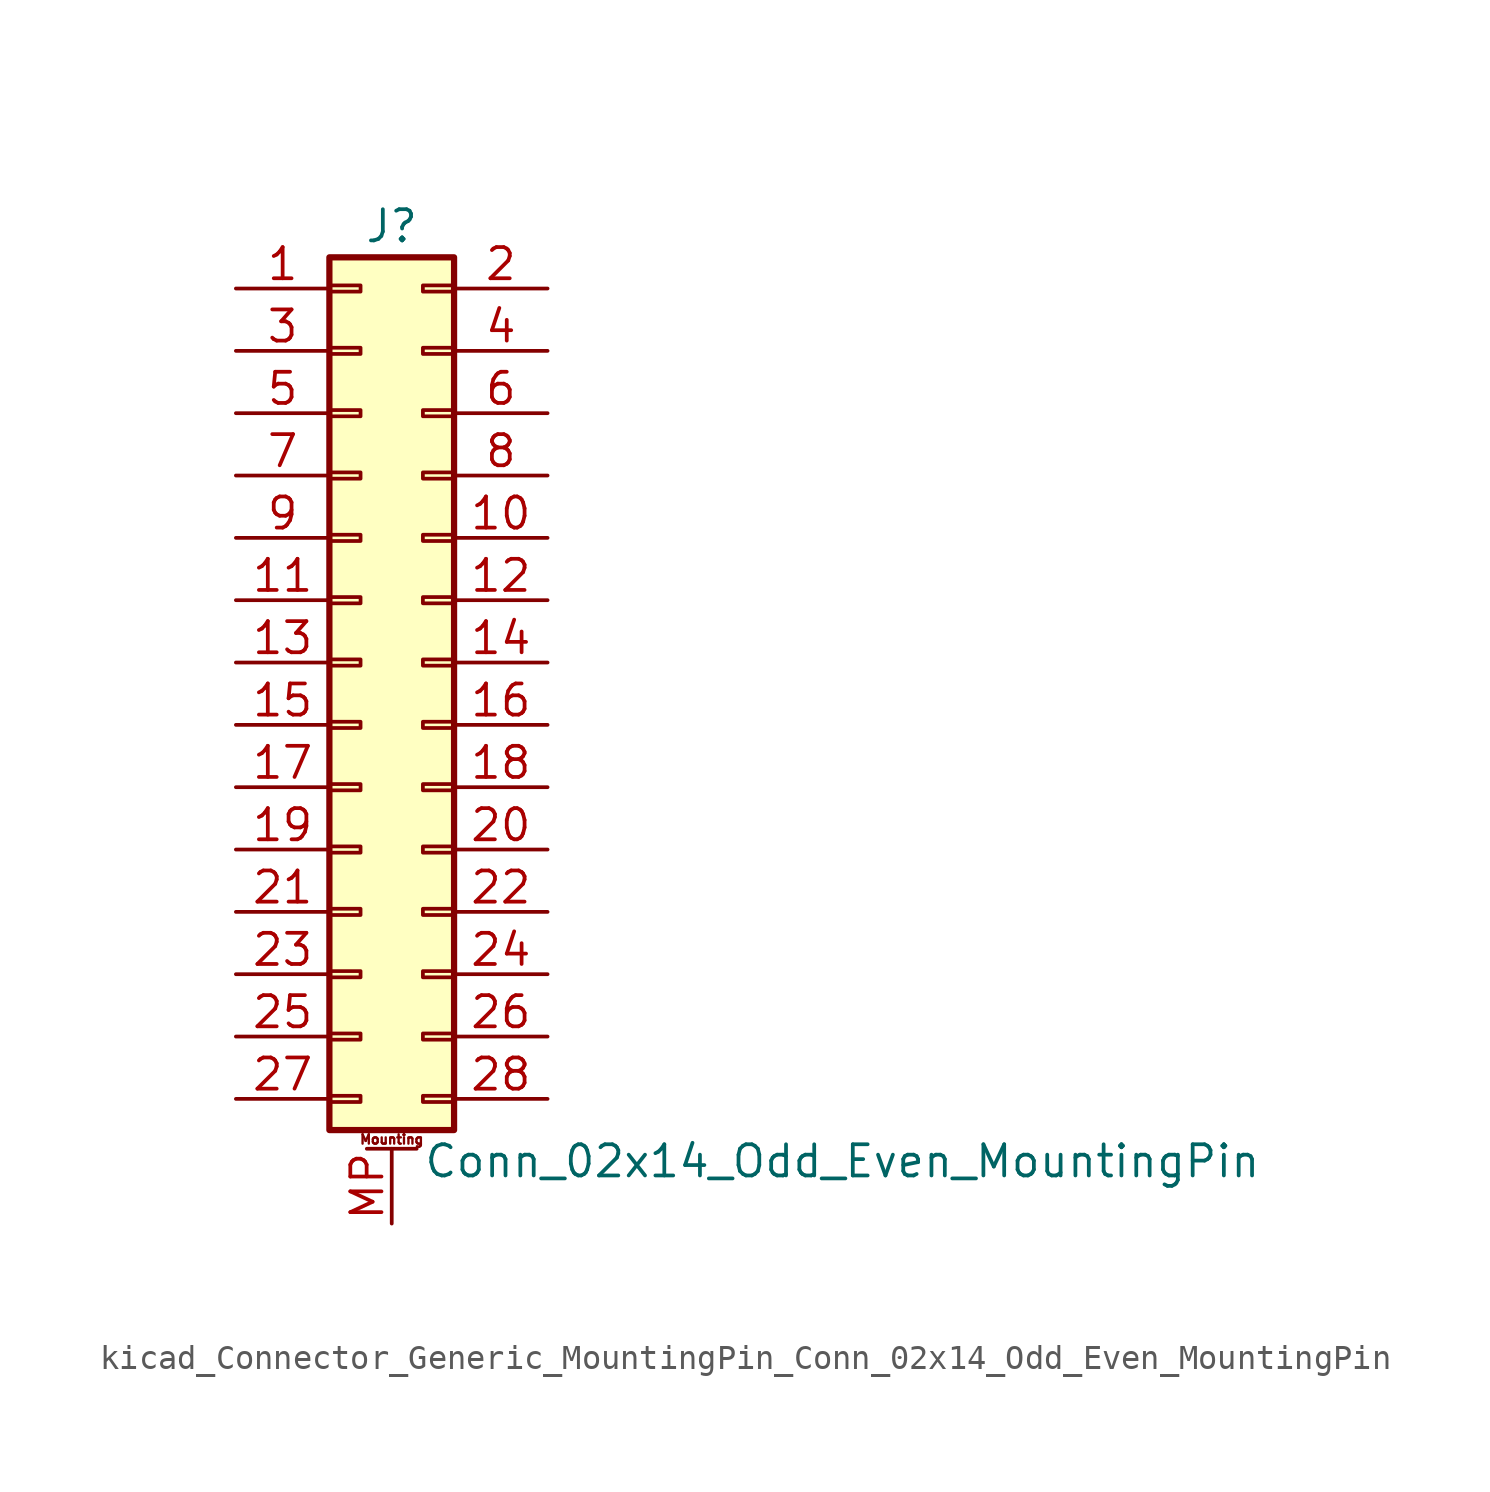
<source format=kicad_sym>
(kicad_symbol_lib
  (version 20220914)
  (generator kicad_symbol_editor)
  (symbol "kicad_Connector_Generic_MountingPin_Conn_02x14_Odd_Even_MountingPin"
    (pin_names
      (offset 1.016) hide)
    (property "Reference" "J"
      (at 1.27 17.78 0)
      (effects (font (size 1.27 1.27))))
    (property "Value" "Conn_02x14_Odd_Even_MountingPin"
      (at 2.54 -20.32 0)
      (effects (font (size 1.27 1.27)) (justify left)))
    (symbol "kicad_Connector_Generic_MountingPin_Conn_02x14_Odd_Even_MountingPin_1_1"
      (rectangle (start -1.27 -17.653) (end 0 -17.907) (stroke (width 0.152) (type default)) (fill (type none)))
      (rectangle (start -1.27 -15.113) (end 0 -15.367) (stroke (width 0.152) (type default)) (fill (type none)))
      (rectangle (start -1.27 -12.573) (end 0 -12.827) (stroke (width 0.152) (type default)) (fill (type none)))
      (rectangle (start -1.27 -10.033) (end 0 -10.287) (stroke (width 0.152) (type default)) (fill (type none)))
      (rectangle (start -1.27 -7.493) (end 0 -7.747) (stroke (width 0.152) (type default)) (fill (type none)))
      (rectangle (start -1.27 -4.953) (end 0 -5.207) (stroke (width 0.152) (type default)) (fill (type none)))
      (rectangle (start -1.27 -2.413) (end 0 -2.667) (stroke (width 0.152) (type default)) (fill (type none)))
      (rectangle (start -1.27 0.127) (end 0 -0.127) (stroke (width 0.152) (type default)) (fill (type none)))
      (rectangle (start -1.27 2.667) (end 0 2.413) (stroke (width 0.152) (type default)) (fill (type none)))
      (rectangle (start -1.27 5.207) (end 0 4.953) (stroke (width 0.152) (type default)) (fill (type none)))
      (rectangle (start -1.27 7.747) (end 0 7.493) (stroke (width 0.152) (type default)) (fill (type none)))
      (rectangle (start -1.27 10.287) (end 0 10.033) (stroke (width 0.152) (type default)) (fill (type none)))
      (rectangle (start -1.27 12.827) (end 0 12.573) (stroke (width 0.152) (type default)) (fill (type none)))
      (rectangle (start -1.27 15.367) (end 0 15.113) (stroke (width 0.152) (type default)) (fill (type none)))
      (rectangle (start -1.27 16.51) (end 3.81 -19.05) (stroke (width 0.254) (type default)) (fill (type background)))
      (polyline (pts (xy 0.254 -19.812) (xy 2.286 -19.812)) (stroke (width 0.152) (type default)) (fill (type none)))
      (rectangle (start 3.81 -17.653) (end 2.54 -17.907) (stroke (width 0.152) (type default)) (fill (type none)))
      (rectangle (start 3.81 -15.113) (end 2.54 -15.367) (stroke (width 0.152) (type default)) (fill (type none)))
      (rectangle (start 3.81 -12.573) (end 2.54 -12.827) (stroke (width 0.152) (type default)) (fill (type none)))
      (rectangle (start 3.81 -10.033) (end 2.54 -10.287) (stroke (width 0.152) (type default)) (fill (type none)))
      (rectangle (start 3.81 -7.493) (end 2.54 -7.747) (stroke (width 0.152) (type default)) (fill (type none)))
      (rectangle (start 3.81 -4.953) (end 2.54 -5.207) (stroke (width 0.152) (type default)) (fill (type none)))
      (rectangle (start 3.81 -2.413) (end 2.54 -2.667) (stroke (width 0.152) (type default)) (fill (type none)))
      (rectangle (start 3.81 0.127) (end 2.54 -0.127) (stroke (width 0.152) (type default)) (fill (type none)))
      (rectangle (start 3.81 2.667) (end 2.54 2.413) (stroke (width 0.152) (type default)) (fill (type none)))
      (rectangle (start 3.81 5.207) (end 2.54 4.953) (stroke (width 0.152) (type default)) (fill (type none)))
      (rectangle (start 3.81 7.747) (end 2.54 7.493) (stroke (width 0.152) (type default)) (fill (type none)))
      (rectangle (start 3.81 10.287) (end 2.54 10.033) (stroke (width 0.152) (type default)) (fill (type none)))
      (rectangle (start 3.81 12.827) (end 2.54 12.573) (stroke (width 0.152) (type default)) (fill (type none)))
      (rectangle (start 3.81 15.367) (end 2.54 15.113) (stroke (width 0.152) (type default)) (fill (type none)))
      (text "Mounting" (at 1.27 -19.431 0) (effects (font (size 0.381 0.381))))
      (pin passive line (at -5.08 15.24 0) (length 3.81) (name "Pin_1" (effects (font (size 1.27 1.27)))) (number "1" (effects (font (size 1.27 1.27)))))
      (pin passive line (at 7.62 5.08 180) (length 3.81) (name "Pin_10" (effects (font (size 1.27 1.27)))) (number "10" (effects (font (size 1.27 1.27)))))
      (pin passive line (at -5.08 2.54 0) (length 3.81) (name "Pin_11" (effects (font (size 1.27 1.27)))) (number "11" (effects (font (size 1.27 1.27)))))
      (pin passive line (at 7.62 2.54 180) (length 3.81) (name "Pin_12" (effects (font (size 1.27 1.27)))) (number "12" (effects (font (size 1.27 1.27)))))
      (pin passive line (at -5.08 0 0) (length 3.81) (name "Pin_13" (effects (font (size 1.27 1.27)))) (number "13" (effects (font (size 1.27 1.27)))))
      (pin passive line (at 7.62 0 180) (length 3.81) (name "Pin_14" (effects (font (size 1.27 1.27)))) (number "14" (effects (font (size 1.27 1.27)))))
      (pin passive line (at -5.08 -2.54 0) (length 3.81) (name "Pin_15" (effects (font (size 1.27 1.27)))) (number "15" (effects (font (size 1.27 1.27)))))
      (pin passive line (at 7.62 -2.54 180) (length 3.81) (name "Pin_16" (effects (font (size 1.27 1.27)))) (number "16" (effects (font (size 1.27 1.27)))))
      (pin passive line (at -5.08 -5.08 0) (length 3.81) (name "Pin_17" (effects (font (size 1.27 1.27)))) (number "17" (effects (font (size 1.27 1.27)))))
      (pin passive line (at 7.62 -5.08 180) (length 3.81) (name "Pin_18" (effects (font (size 1.27 1.27)))) (number "18" (effects (font (size 1.27 1.27)))))
      (pin passive line (at -5.08 -7.62 0) (length 3.81) (name "Pin_19" (effects (font (size 1.27 1.27)))) (number "19" (effects (font (size 1.27 1.27)))))
      (pin passive line (at 7.62 15.24 180) (length 3.81) (name "Pin_2" (effects (font (size 1.27 1.27)))) (number "2" (effects (font (size 1.27 1.27)))))
      (pin passive line (at 7.62 -7.62 180) (length 3.81) (name "Pin_20" (effects (font (size 1.27 1.27)))) (number "20" (effects (font (size 1.27 1.27)))))
      (pin passive line (at -5.08 -10.16 0) (length 3.81) (name "Pin_21" (effects (font (size 1.27 1.27)))) (number "21" (effects (font (size 1.27 1.27)))))
      (pin passive line (at 7.62 -10.16 180) (length 3.81) (name "Pin_22" (effects (font (size 1.27 1.27)))) (number "22" (effects (font (size 1.27 1.27)))))
      (pin passive line (at -5.08 -12.7 0) (length 3.81) (name "Pin_23" (effects (font (size 1.27 1.27)))) (number "23" (effects (font (size 1.27 1.27)))))
      (pin passive line (at 7.62 -12.7 180) (length 3.81) (name "Pin_24" (effects (font (size 1.27 1.27)))) (number "24" (effects (font (size 1.27 1.27)))))
      (pin passive line (at -5.08 -15.24 0) (length 3.81) (name "Pin_25" (effects (font (size 1.27 1.27)))) (number "25" (effects (font (size 1.27 1.27)))))
      (pin passive line (at 7.62 -15.24 180) (length 3.81) (name "Pin_26" (effects (font (size 1.27 1.27)))) (number "26" (effects (font (size 1.27 1.27)))))
      (pin passive line (at -5.08 -17.78 0) (length 3.81) (name "Pin_27" (effects (font (size 1.27 1.27)))) (number "27" (effects (font (size 1.27 1.27)))))
      (pin passive line (at 7.62 -17.78 180) (length 3.81) (name "Pin_28" (effects (font (size 1.27 1.27)))) (number "28" (effects (font (size 1.27 1.27)))))
      (pin passive line (at -5.08 12.7 0) (length 3.81) (name "Pin_3" (effects (font (size 1.27 1.27)))) (number "3" (effects (font (size 1.27 1.27)))))
      (pin passive line (at 7.62 12.7 180) (length 3.81) (name "Pin_4" (effects (font (size 1.27 1.27)))) (number "4" (effects (font (size 1.27 1.27)))))
      (pin passive line (at -5.08 10.16 0) (length 3.81) (name "Pin_5" (effects (font (size 1.27 1.27)))) (number "5" (effects (font (size 1.27 1.27)))))
      (pin passive line (at 7.62 10.16 180) (length 3.81) (name "Pin_6" (effects (font (size 1.27 1.27)))) (number "6" (effects (font (size 1.27 1.27)))))
      (pin passive line (at -5.08 7.62 0) (length 3.81) (name "Pin_7" (effects (font (size 1.27 1.27)))) (number "7" (effects (font (size 1.27 1.27)))))
      (pin passive line (at 7.62 7.62 180) (length 3.81) (name "Pin_8" (effects (font (size 1.27 1.27)))) (number "8" (effects (font (size 1.27 1.27)))))
      (pin passive line (at -5.08 5.08 0) (length 3.81) (name "Pin_9" (effects (font (size 1.27 1.27)))) (number "9" (effects (font (size 1.27 1.27)))))
      (pin passive line (at 1.27 -22.86 90) (length 3.048) (name "MountPin" (effects (font (size 1.27 1.27)))) (number "MP" (effects (font (size 1.27 1.27))))))))
</source>
